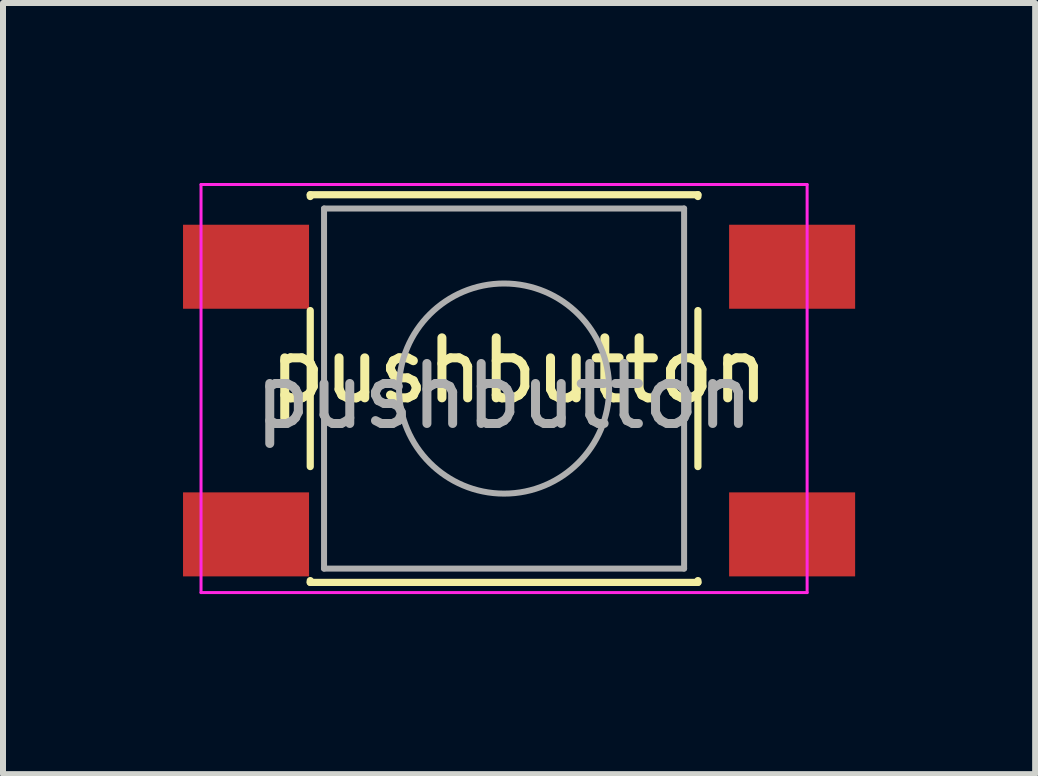
<source format=kicad_pcb>
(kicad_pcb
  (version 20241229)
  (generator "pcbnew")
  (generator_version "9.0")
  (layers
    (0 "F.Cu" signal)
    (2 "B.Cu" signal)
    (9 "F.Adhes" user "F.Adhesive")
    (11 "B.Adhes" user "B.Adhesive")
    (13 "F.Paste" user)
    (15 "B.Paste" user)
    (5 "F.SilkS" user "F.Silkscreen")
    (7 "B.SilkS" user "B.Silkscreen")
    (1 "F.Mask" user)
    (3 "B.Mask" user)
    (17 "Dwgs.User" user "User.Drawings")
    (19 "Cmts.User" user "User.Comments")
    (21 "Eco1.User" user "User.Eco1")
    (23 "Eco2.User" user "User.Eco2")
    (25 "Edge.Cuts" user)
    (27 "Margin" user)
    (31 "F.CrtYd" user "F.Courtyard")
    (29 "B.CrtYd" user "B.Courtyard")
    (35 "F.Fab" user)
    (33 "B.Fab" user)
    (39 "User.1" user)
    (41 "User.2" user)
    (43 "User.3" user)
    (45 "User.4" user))
  (footprint "pushbutton"
    (layer "F.Cu")
    (at 5.6 3.625)
    (property "Reference" "pushbutton" (at 0 -0.5 0) (unlocked yes) (layer "F.SilkS") (effects (font (size 1 1) (thickness 0.15))))
    (attr smd)
    (fp_line (start -3.48 -3.43) (end 2.98 -3.43) (stroke (width 0.12) (type solid)) (layer "F.SilkS"))
    (fp_line (start -3.48 -3.4) (end -3.48 -3.43) (stroke (width 0.12) (type solid)) (layer "F.SilkS"))
    (fp_line (start -3.48 -1.5) (end -3.48 1.1) (stroke (width 0.12) (type solid)) (layer "F.SilkS"))
    (fp_line (start -3.48 3.03) (end -3.48 3) (stroke (width 0.12) (type solid)) (layer "F.SilkS"))
    (fp_line (start -3.48 3.03) (end 2.98 3.03) (stroke (width 0.12) (type solid)) (layer "F.SilkS"))
    (fp_line (start 2.98 -3.43) (end 2.98 -3.4) (stroke (width 0.12) (type solid)) (layer "F.SilkS"))
    (fp_line (start 2.98 -1.5) (end 2.98 1.1) (stroke (width 0.12) (type solid)) (layer "F.SilkS"))
    (fp_line (start 2.98 3.03) (end 2.98 3) (stroke (width 0.12) (type solid)) (layer "F.SilkS"))
    (fp_line (start -5.3 -3.6) (end -5.3 3.2) (stroke (width 0.05) (type solid)) (layer "F.CrtYd"))
    (fp_line (start -5.3 -3.6) (end 4.8 -3.6) (stroke (width 0.05) (type solid)) (layer "F.CrtYd"))
    (fp_line (start -5.3 3.2) (end 4.8 3.2) (stroke (width 0.05) (type solid)) (layer "F.CrtYd"))
    (fp_line (start 4.8 3.2) (end 4.8 -3.6) (stroke (width 0.05) (type solid)) (layer "F.CrtYd"))
    (fp_line (start -3.25 -3.2) (end -3.25 2.8) (stroke (width 0.1) (type solid)) (layer "F.Fab"))
    (fp_line (start -3.25 2.8) (end 2.75 2.8) (stroke (width 0.1) (type solid)) (layer "F.Fab"))
    (fp_line (start 2.75 -3.2) (end -3.25 -3.2) (stroke (width 0.1) (type solid)) (layer "F.Fab"))
    (fp_line (start 2.75 2.8) (end 2.75 -3.2) (stroke (width 0.1) (type solid)) (layer "F.Fab"))
    (fp_circle (center -0.25 -0.2) (end 1.5 -0.25) (stroke (width 0.1) (type solid)) (fill no) (layer "F.Fab"))
    (fp_text user "${REFERENCE}" (at -0.25 -0.073 0) (layer "F.Fab") (effects (font (size 1 1) (thickness 0.15))))
    (pad "1" smd rect (at -4.55 -2.23) (size 2.1 1.4) (layers "F.Cu" "F.Mask" "F.Paste"))
    (pad "1" smd rect (at 4.55 -2.23) (size 2.1 1.4) (layers "F.Cu" "F.Mask" "F.Paste"))
    (pad "2" smd rect (at -4.55 2.23) (size 2.1 1.4) (layers "F.Cu" "F.Mask" "F.Paste"))
    (pad "2" smd rect (at 4.55 2.23) (size 2.1 1.4) (layers "F.Cu" "F.Mask" "F.Paste")))
  (gr_rect
    (start -3 -3)
    (end 14.2 9.85)
    (stroke (width 0.1) (type default))
    (fill no)
    (layer "Edge.Cuts")))
</source>
